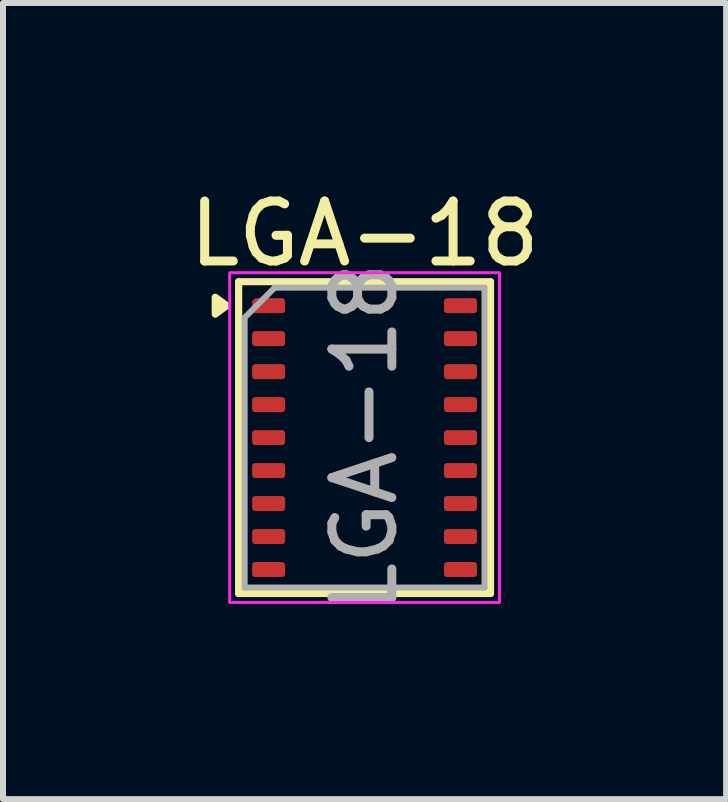
<source format=kicad_pcb>
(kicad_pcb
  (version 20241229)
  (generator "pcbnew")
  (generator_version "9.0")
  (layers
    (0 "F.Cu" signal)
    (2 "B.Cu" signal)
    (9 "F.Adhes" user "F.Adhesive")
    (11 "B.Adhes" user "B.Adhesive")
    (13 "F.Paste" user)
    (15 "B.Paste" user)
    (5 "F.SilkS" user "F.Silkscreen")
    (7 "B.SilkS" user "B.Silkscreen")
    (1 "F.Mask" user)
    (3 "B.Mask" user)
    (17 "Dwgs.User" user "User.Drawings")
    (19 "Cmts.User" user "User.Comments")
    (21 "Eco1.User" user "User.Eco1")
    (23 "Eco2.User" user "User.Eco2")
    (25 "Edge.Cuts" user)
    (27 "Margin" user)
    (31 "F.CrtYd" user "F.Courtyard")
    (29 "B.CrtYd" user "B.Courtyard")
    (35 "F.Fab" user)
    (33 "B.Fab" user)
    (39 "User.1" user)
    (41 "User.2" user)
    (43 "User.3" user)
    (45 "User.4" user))
  (footprint "LGA-18"
    (layer "F.Cu")
    (at 3.03 4.248)
    (property "Reference" "LGA-18" (at 0 -3.4 0) (unlocked yes) (layer "F.SilkS") (effects (font (size 1 1) (thickness 0.15))))
    (attr smd)
    (fp_line (start -2.1 -2.6) (end 2.1 -2.6) (stroke (width 0.12) (type default)) (layer "F.SilkS"))
    (fp_line (start -2.1 2.6) (end -2.1 -2.6) (stroke (width 0.12) (type default)) (layer "F.SilkS"))
    (fp_line (start 2.1 -2.6) (end 2.1 2.6) (stroke (width 0.12) (type default)) (layer "F.SilkS"))
    (fp_line (start 2.1 2.6) (end -2.1 2.6) (stroke (width 0.12) (type default)) (layer "F.SilkS"))
    (fp_poly (pts (xy -2.3 -2.2) (xy -2.49 -2.06) (xy -2.49 -2.34) (xy -2.3 -2.2)) (stroke (width 0.12) (type solid)) (fill yes) (layer "F.SilkS"))
    (fp_rect (start -2.25 -2.75) (end 2.25 2.75) (stroke (width 0.05) (type default)) (fill no) (layer "F.CrtYd"))
    (fp_line (start -2 -2) (end -1.5 -2.5) (stroke (width 0.1) (type default)) (layer "F.Fab"))
    (fp_line (start -2 2.5) (end -2 -2) (stroke (width 0.1) (type default)) (layer "F.Fab"))
    (fp_line (start -1.5 -2.5) (end 2 -2.5) (stroke (width 0.1) (type default)) (layer "F.Fab"))
    (fp_line (start 2 -2.5) (end 2 2.5) (stroke (width 0.1) (type default)) (layer "F.Fab"))
    (fp_line (start 2 2.5) (end -2 2.5) (stroke (width 0.1) (type default)) (layer "F.Fab"))
    (fp_text user "${REFERENCE}" (at 0 0 90) (unlocked yes) (layer "F.Fab") (effects (font (size 1 1) (thickness 0.15))))
    (pad "1" smd roundrect (at -1.6 -2.2 90) (size 0.25 0.55) (layers "F.Cu" "F.Mask" "F.Paste") (roundrect_rratio 0.2) (chamfer_ratio 0.2) (chamfer top_right))
    (pad "2" smd roundrect (at -1.6 -1.65 90) (size 0.25 0.55) (layers "F.Cu" "F.Mask" "F.Paste") (roundrect_rratio 0.2))
    (pad "3" smd roundrect (at -1.6 -1.1 90) (size 0.25 0.55) (layers "F.Cu" "F.Mask" "F.Paste") (roundrect_rratio 0.2))
    (pad "4" smd roundrect (at -1.6 -0.55 90) (size 0.25 0.55) (layers "F.Cu" "F.Mask" "F.Paste") (roundrect_rratio 0.2))
    (pad "5" smd roundrect (at -1.6 0 90) (size 0.25 0.55) (layers "F.Cu" "F.Mask" "F.Paste") (roundrect_rratio 0.2))
    (pad "6" smd roundrect (at -1.6 0.55 90) (size 0.25 0.55) (layers "F.Cu" "F.Mask" "F.Paste") (roundrect_rratio 0.2))
    (pad "7" smd roundrect (at -1.6 1.1 90) (size 0.25 0.55) (layers "F.Cu" "F.Mask" "F.Paste") (roundrect_rratio 0.2))
    (pad "8" smd roundrect (at -1.6 1.65 90) (size 0.25 0.55) (layers "F.Cu" "F.Mask" "F.Paste") (roundrect_rratio 0.2))
    (pad "9" smd roundrect (at -1.6 2.2 90) (size 0.25 0.55) (layers "F.Cu" "F.Mask" "F.Paste") (roundrect_rratio 0.2))
    (pad "10" smd roundrect (at 1.6 2.2 90) (size 0.25 0.55) (layers "F.Cu" "F.Mask" "F.Paste") (roundrect_rratio 0.2))
    (pad "11" smd roundrect (at 1.6 1.65 90) (size 0.25 0.55) (layers "F.Cu" "F.Mask" "F.Paste") (roundrect_rratio 0.2))
    (pad "12" smd roundrect (at 1.6 1.1 90) (size 0.25 0.55) (layers "F.Cu" "F.Mask" "F.Paste") (roundrect_rratio 0.2))
    (pad "13" smd roundrect (at 1.6 0.55 90) (size 0.25 0.55) (layers "F.Cu" "F.Mask" "F.Paste") (roundrect_rratio 0.2))
    (pad "14" smd roundrect (at 1.6 0 90) (size 0.25 0.55) (layers "F.Cu" "F.Mask" "F.Paste") (roundrect_rratio 0.2))
    (pad "15" smd roundrect (at 1.6 -0.55 90) (size 0.25 0.55) (layers "F.Cu" "F.Mask" "F.Paste") (roundrect_rratio 0.2))
    (pad "16" smd roundrect (at 1.6 -1.1 90) (size 0.25 0.55) (layers "F.Cu" "F.Mask" "F.Paste") (roundrect_rratio 0.2))
    (pad "17" smd roundrect (at 1.6 -1.65 90) (size 0.25 0.55) (layers "F.Cu" "F.Mask" "F.Paste") (roundrect_rratio 0.2))
    (pad "18" smd roundrect (at 1.6 -2.2 90) (size 0.25 0.55) (layers "F.Cu" "F.Mask" "F.Paste") (roundrect_rratio 0.2))
    (zone (net_name "") (layers "F.Cu" "F.CrtYd") (hatch edge 0.5) (connect_pads) (min_thickness 0.25) (filled_areas_thickness no) (keepout (tracks not_allowed) (vias not_allowed) (pads not_allowed) (copperpour not_allowed) (footprints allowed)) (placement (enabled no)) (fill) (polygon (pts (xy 1.78 1.748) (xy 1.78 6.748) (xy 4.28 6.748) (xy 4.28 1.748))))
    (zone (net_name "") (layers "B.Cu" "F.CrtYd") (hatch edge 0.5) (connect_pads) (min_thickness 0.25) (filled_areas_thickness no) (keepout (tracks not_allowed) (vias not_allowed) (pads not_allowed) (copperpour not_allowed) (footprints not_allowed)) (placement (enabled no)) (fill) (polygon (pts (xy 4.78 1.748) (xy 1.28 1.748) (xy 1.03 1.998) (xy 1.03 6.498) (xy 1.28 6.748) (xy 4.78 6.748) (xy 5.03 6.498) (xy 5.03 1.998)))))
  (gr_rect
    (start -3 -3)
    (end 9.06 10.278)
    (stroke (width 0.1) (type default))
    (fill no)
    (layer "Edge.Cuts")))
</source>
